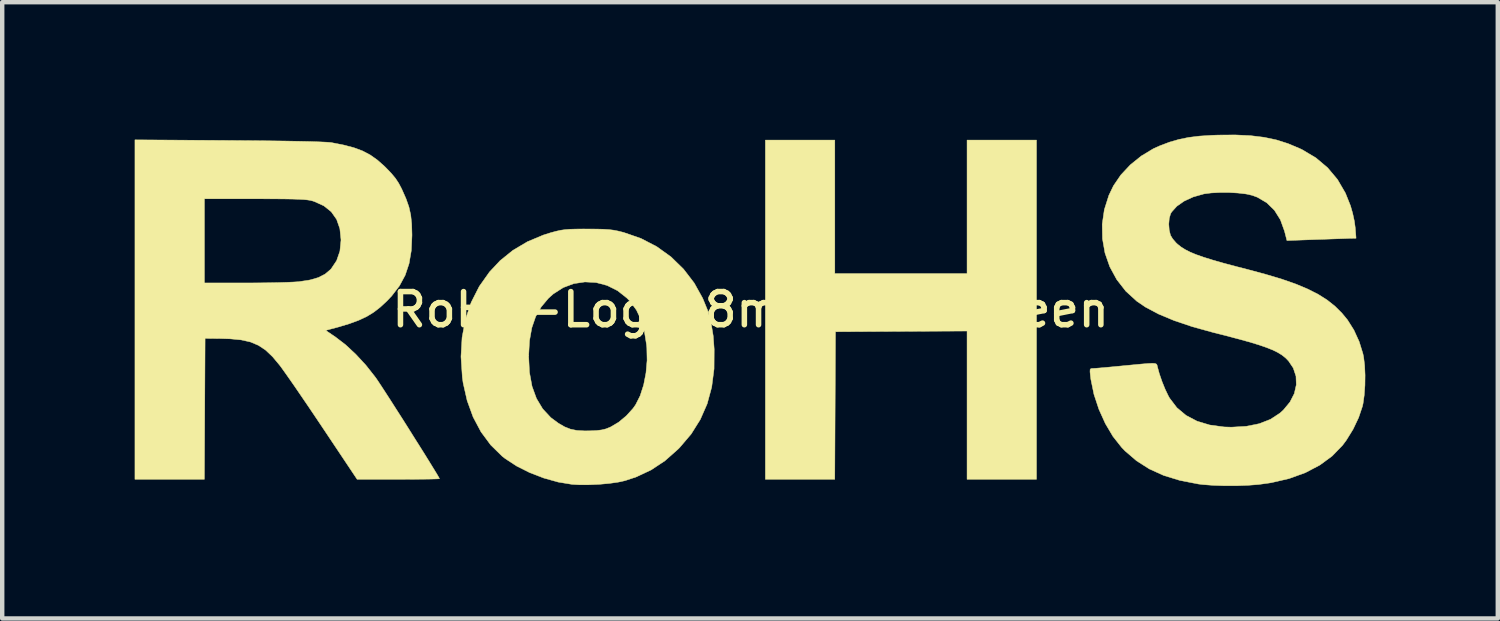
<source format=kicad_pcb>
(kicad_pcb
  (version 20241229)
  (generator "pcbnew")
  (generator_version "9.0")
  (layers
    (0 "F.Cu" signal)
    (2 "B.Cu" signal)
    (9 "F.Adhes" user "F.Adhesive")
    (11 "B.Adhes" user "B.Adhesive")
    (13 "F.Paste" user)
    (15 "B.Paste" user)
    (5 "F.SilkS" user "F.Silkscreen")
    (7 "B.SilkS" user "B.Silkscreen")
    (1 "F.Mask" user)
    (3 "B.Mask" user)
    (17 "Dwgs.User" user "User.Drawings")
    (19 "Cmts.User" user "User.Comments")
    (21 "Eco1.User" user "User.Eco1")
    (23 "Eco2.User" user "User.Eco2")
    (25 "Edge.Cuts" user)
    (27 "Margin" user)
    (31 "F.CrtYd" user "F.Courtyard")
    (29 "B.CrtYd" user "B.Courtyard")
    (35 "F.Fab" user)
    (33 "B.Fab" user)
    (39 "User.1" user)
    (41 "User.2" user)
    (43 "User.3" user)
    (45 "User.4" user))
  (footprint "RoHS-Logo_8mm_SilkScreen"
    (layer "F.Cu")
    (at 13.945 3.961)
    (property "Reference" "RoHS-Logo_8mm_SilkScreen" (at 0 0 0) (layer "F.SilkS") (effects (font (size 0.75 0.75) (thickness 0.125))))
    (attr exclude_from_pos_files exclude_from_bom allow_missing_courtyard)
    (fp_poly (pts (xy 1.905 -0.816) (xy 4.899 -0.816) (xy 4.899 -3.84) (xy 6.471 -3.84) (xy 6.471 3.84) (xy 4.899 3.84) (xy 4.899 0.483) (xy 3.409 0.491) (xy 1.92 0.499) (xy 1.912 2.17) (xy 1.904 3.84) (xy 0.333 3.84) (xy 0.333 -3.84) (xy 1.905 -3.84) (xy 1.905 -0.816)) (stroke (width 0.01) (type solid)) (fill yes) (layer "F.SilkS"))
    (fp_poly (pts (xy -3.689 -1.826) (xy -3.487 -1.825) (xy -3.332 -1.821) (xy -3.208 -1.813) (xy -3.103 -1.8) (xy -3.001 -1.78) (xy -2.889 -1.752) (xy -2.871 -1.747) (xy -2.484 -1.613) (xy -2.127 -1.428) (xy -1.804 -1.196) (xy -1.52 -0.919) (xy -1.277 -0.602) (xy -1.087 -0.26) (xy -0.976 0.011) (xy -0.898 0.291) (xy -0.848 0.594) (xy -0.826 0.895) (xy -0.829 1.34) (xy -0.882 1.752) (xy -0.985 2.132) (xy -1.14 2.485) (xy -1.346 2.814) (xy -1.607 3.121) (xy -1.647 3.161) (xy -1.942 3.422) (xy -2.255 3.629) (xy -2.595 3.788) (xy -2.848 3.872) (xy -3.005 3.906) (xy -3.205 3.934) (xy -3.428 3.954) (xy -3.657 3.964) (xy -3.873 3.965) (xy -4.043 3.955) (xy -4.359 3.903) (xy -4.684 3.812) (xy -5.003 3.689) (xy -5.3 3.54) (xy -5.558 3.371) (xy -5.627 3.317) (xy -5.885 3.064) (xy -6.105 2.767) (xy -6.284 2.43) (xy -6.419 2.059) (xy -6.51 1.658) (xy -6.528 1.527) (xy -6.558 1.069) (xy -6.558 1.058) (xy -5.026 1.058) (xy -5.008 1.419) (xy -4.95 1.735) (xy -4.85 2.01) (xy -4.709 2.245) (xy -4.525 2.443) (xy -4.354 2.57) (xy -4.213 2.652) (xy -4.079 2.705) (xy -3.936 2.734) (xy -3.762 2.744) (xy -3.644 2.743) (xy -3.488 2.736) (xy -3.373 2.722) (xy -3.278 2.699) (xy -3.183 2.661) (xy -3.168 2.654) (xy -2.989 2.548) (xy -2.814 2.402) (xy -2.662 2.234) (xy -2.604 2.151) (xy -2.502 1.949) (xy -2.423 1.704) (xy -2.37 1.432) (xy -2.345 1.147) (xy -2.351 0.864) (xy -2.358 0.793) (xy -2.407 0.487) (xy -2.482 0.228) (xy -2.586 0.009) (xy -2.724 -0.181) (xy -2.799 -0.26) (xy -3.013 -0.43) (xy -3.249 -0.548) (xy -3.498 -0.614) (xy -3.752 -0.628) (xy -4.004 -0.59) (xy -4.245 -0.5) (xy -4.468 -0.357) (xy -4.577 -0.26) (xy -4.742 -0.063) (xy -4.868 0.158) (xy -4.955 0.411) (xy -5.007 0.701) (xy -5.026 1.036) (xy -5.026 1.058) (xy -6.558 1.058) (xy -6.534 0.633) (xy -6.457 0.22) (xy -6.327 -0.167) (xy -6.145 -0.526) (xy -5.912 -0.855) (xy -5.674 -1.109) (xy -5.384 -1.343) (xy -5.054 -1.539) (xy -4.691 -1.691) (xy -4.518 -1.745) (xy -4.402 -1.776) (xy -4.303 -1.798) (xy -4.205 -1.812) (xy -4.096 -1.821) (xy -3.96 -1.825) (xy -3.784 -1.827) (xy -3.689 -1.826)) (stroke (width 0.01) (type solid)) (fill yes) (layer "F.SilkS"))
    (fp_poly (pts (xy -11.816 -3.831) (xy -11.341 -3.827) (xy -10.916 -3.823) (xy -10.544 -3.818) (xy -10.225 -3.812) (xy -9.96 -3.806) (xy -9.752 -3.799) (xy -9.601 -3.792) (xy -9.509 -3.785) (xy -9.495 -3.783) (xy -9.214 -3.728) (xy -8.982 -3.667) (xy -8.786 -3.594) (xy -8.615 -3.504) (xy -8.456 -3.392) (xy -8.297 -3.252) (xy -8.263 -3.219) (xy -8.136 -3.087) (xy -8.042 -2.974) (xy -7.967 -2.86) (xy -7.897 -2.727) (xy -7.894 -2.719) (xy -7.802 -2.511) (xy -7.737 -2.326) (xy -7.696 -2.143) (xy -7.675 -1.943) (xy -7.668 -1.705) (xy -7.668 -1.678) (xy -7.683 -1.34) (xy -7.734 -1.043) (xy -7.822 -0.78) (xy -7.952 -0.539) (xy -8.127 -0.311) (xy -8.237 -0.195) (xy -8.385 -0.058) (xy -8.533 0.057) (xy -8.691 0.154) (xy -8.872 0.239) (xy -9.084 0.317) (xy -9.34 0.394) (xy -9.521 0.442) (xy -9.622 0.469) (xy -9.4 0.619) (xy -9.173 0.793) (xy -8.94 1.01) (xy -8.713 1.255) (xy -8.508 1.515) (xy -8.477 1.557) (xy -8.425 1.634) (xy -8.35 1.748) (xy -8.255 1.894) (xy -8.144 2.066) (xy -8.022 2.257) (xy -7.892 2.46) (xy -7.759 2.67) (xy -7.627 2.881) (xy -7.498 3.085) (xy -7.378 3.276) (xy -7.271 3.449) (xy -7.18 3.597) (xy -7.109 3.713) (xy -7.063 3.791) (xy -7.046 3.825) (xy -7.045 3.826) (xy -7.074 3.83) (xy -7.157 3.833) (xy -7.285 3.836) (xy -7.452 3.838) (xy -7.65 3.839) (xy -7.872 3.84) (xy -7.978 3.84) (xy -8.91 3.84) (xy -9.682 2.684) (xy -9.849 2.435) (xy -10.012 2.193) (xy -10.169 1.963) (xy -10.313 1.752) (xy -10.441 1.568) (xy -10.548 1.416) (xy -10.629 1.303) (xy -10.666 1.254) (xy -10.826 1.063) (xy -10.982 0.915) (xy -11.145 0.807) (xy -11.325 0.731) (xy -11.535 0.684) (xy -11.785 0.66) (xy -11.973 0.654) (xy -12.352 0.65) (xy -12.36 2.245) (xy -12.368 3.84) (xy -13.94 3.84) (xy -13.94 -2.51) (xy -12.367 -2.51) (xy -12.367 -0.605) (xy -11.422 -0.605) (xy -11.174 -0.606) (xy -10.933 -0.609) (xy -10.708 -0.613) (xy -10.51 -0.619) (xy -10.349 -0.626) (xy -10.236 -0.633) (xy -10.213 -0.636) (xy -9.975 -0.673) (xy -9.786 -0.728) (xy -9.636 -0.805) (xy -9.515 -0.907) (xy -9.497 -0.926) (xy -9.374 -1.11) (xy -9.3 -1.323) (xy -9.275 -1.57) (xy -9.275 -1.587) (xy -9.301 -1.835) (xy -9.374 -2.044) (xy -9.495 -2.216) (xy -9.663 -2.351) (xy -9.879 -2.449) (xy -9.919 -2.462) (xy -9.97 -2.475) (xy -10.035 -2.485) (xy -10.118 -2.493) (xy -10.227 -2.499) (xy -10.367 -2.504) (xy -10.546 -2.507) (xy -10.768 -2.509) (xy -11.042 -2.51) (xy -11.224 -2.51) (xy -12.367 -2.51) (xy -13.94 -2.51) (xy -13.94 -3.845) (xy -11.816 -3.831)) (stroke (width 0.01) (type solid)) (fill yes) (layer "F.SilkS"))
    (fp_poly (pts (xy 11.316 -3.94) (xy 11.621 -3.903) (xy 11.901 -3.844) (xy 12.166 -3.76) (xy 12.427 -3.65) (xy 12.485 -3.623) (xy 12.796 -3.438) (xy 13.063 -3.213) (xy 13.286 -2.947) (xy 13.465 -2.64) (xy 13.58 -2.353) (xy 13.629 -2.182) (xy 13.668 -2.002) (xy 13.688 -1.852) (xy 13.706 -1.618) (xy 13.619 -1.616) (xy 13.564 -1.615) (xy 13.459 -1.611) (xy 13.313 -1.606) (xy 13.136 -1.6) (xy 12.939 -1.593) (xy 12.836 -1.59) (xy 12.141 -1.565) (xy 12.086 -1.779) (xy 11.993 -2.036) (xy 11.858 -2.251) (xy 11.684 -2.421) (xy 11.471 -2.546) (xy 11.354 -2.589) (xy 11.214 -2.62) (xy 11.033 -2.641) (xy 10.829 -2.653) (xy 10.621 -2.653) (xy 10.427 -2.643) (xy 10.265 -2.622) (xy 10.253 -2.619) (xy 10.018 -2.552) (xy 9.814 -2.458) (xy 9.648 -2.342) (xy 9.531 -2.212) (xy 9.507 -2.171) (xy 9.477 -2.069) (xy 9.466 -1.937) (xy 9.476 -1.8) (xy 9.505 -1.684) (xy 9.505 -1.684) (xy 9.553 -1.605) (xy 9.627 -1.518) (xy 9.663 -1.484) (xy 9.742 -1.421) (xy 9.835 -1.362) (xy 9.947 -1.305) (xy 10.083 -1.248) (xy 10.251 -1.189) (xy 10.455 -1.125) (xy 10.703 -1.054) (xy 11 -0.975) (xy 11.249 -0.911) (xy 11.667 -0.798) (xy 12.031 -0.689) (xy 12.346 -0.579) (xy 12.617 -0.465) (xy 12.851 -0.346) (xy 13.053 -0.218) (xy 13.229 -0.078) (xy 13.384 0.076) (xy 13.512 0.231) (xy 13.657 0.461) (xy 13.777 0.724) (xy 13.861 0.995) (xy 13.877 1.071) (xy 13.9 1.26) (xy 13.91 1.481) (xy 13.907 1.713) (xy 13.891 1.935) (xy 13.864 2.127) (xy 13.85 2.189) (xy 13.764 2.444) (xy 13.639 2.707) (xy 13.486 2.955) (xy 13.398 3.073) (xy 13.164 3.314) (xy 12.883 3.52) (xy 12.557 3.691) (xy 12.189 3.824) (xy 11.782 3.918) (xy 11.497 3.958) (xy 11.262 3.976) (xy 11 3.986) (xy 10.73 3.986) (xy 10.471 3.977) (xy 10.242 3.96) (xy 10.13 3.946) (xy 9.716 3.865) (xy 9.351 3.753) (xy 9.026 3.606) (xy 8.737 3.422) (xy 8.477 3.199) (xy 8.397 3.116) (xy 8.202 2.869) (xy 8.029 2.577) (xy 7.884 2.255) (xy 7.772 1.917) (xy 7.702 1.577) (xy 7.693 1.504) (xy 7.683 1.407) (xy 7.685 1.355) (xy 7.704 1.334) (xy 7.743 1.33) (xy 7.745 1.33) (xy 7.796 1.328) (xy 7.897 1.32) (xy 8.037 1.308) (xy 8.207 1.292) (xy 8.396 1.274) (xy 8.436 1.27) (xy 8.668 1.248) (xy 8.847 1.231) (xy 8.98 1.22) (xy 9.074 1.215) (xy 9.136 1.216) (xy 9.173 1.224) (xy 9.193 1.238) (xy 9.202 1.26) (xy 9.208 1.288) (xy 9.209 1.293) (xy 9.251 1.446) (xy 9.312 1.624) (xy 9.383 1.8) (xy 9.456 1.952) (xy 9.484 2.002) (xy 9.649 2.219) (xy 9.857 2.393) (xy 10.105 2.524) (xy 10.393 2.611) (xy 10.72 2.655) (xy 10.886 2.66) (xy 11.223 2.64) (xy 11.516 2.581) (xy 11.769 2.482) (xy 11.984 2.341) (xy 12.059 2.273) (xy 12.209 2.092) (xy 12.308 1.899) (xy 12.353 1.701) (xy 12.346 1.506) (xy 12.284 1.32) (xy 12.177 1.161) (xy 12.11 1.092) (xy 12.031 1.029) (xy 11.936 0.97) (xy 11.818 0.912) (xy 11.672 0.854) (xy 11.493 0.793) (xy 11.275 0.727) (xy 11.012 0.655) (xy 10.699 0.573) (xy 10.472 0.516) (xy 10.002 0.386) (xy 9.589 0.247) (xy 9.235 0.099) (xy 8.939 -0.058) (xy 8.744 -0.19) (xy 8.493 -0.419) (xy 8.288 -0.682) (xy 8.13 -0.972) (xy 8.022 -1.282) (xy 7.965 -1.605) (xy 7.959 -1.935) (xy 8.007 -2.265) (xy 8.109 -2.587) (xy 8.213 -2.804) (xy 8.38 -3.049) (xy 8.594 -3.278) (xy 8.844 -3.48) (xy 9.116 -3.644) (xy 9.26 -3.709) (xy 9.482 -3.793) (xy 9.696 -3.855) (xy 9.917 -3.9) (xy 10.161 -3.93) (xy 10.443 -3.948) (xy 10.584 -3.953) (xy 10.973 -3.956) (xy 11.316 -3.94)) (stroke (width 0.01) (type solid)) (fill yes) (layer "F.SilkS")))
  (gr_rect
    (start -3 -3)
    (end 30.86 10.952)
    (stroke (width 0.1) (type default))
    (fill no)
    (layer "Edge.Cuts")))
</source>
